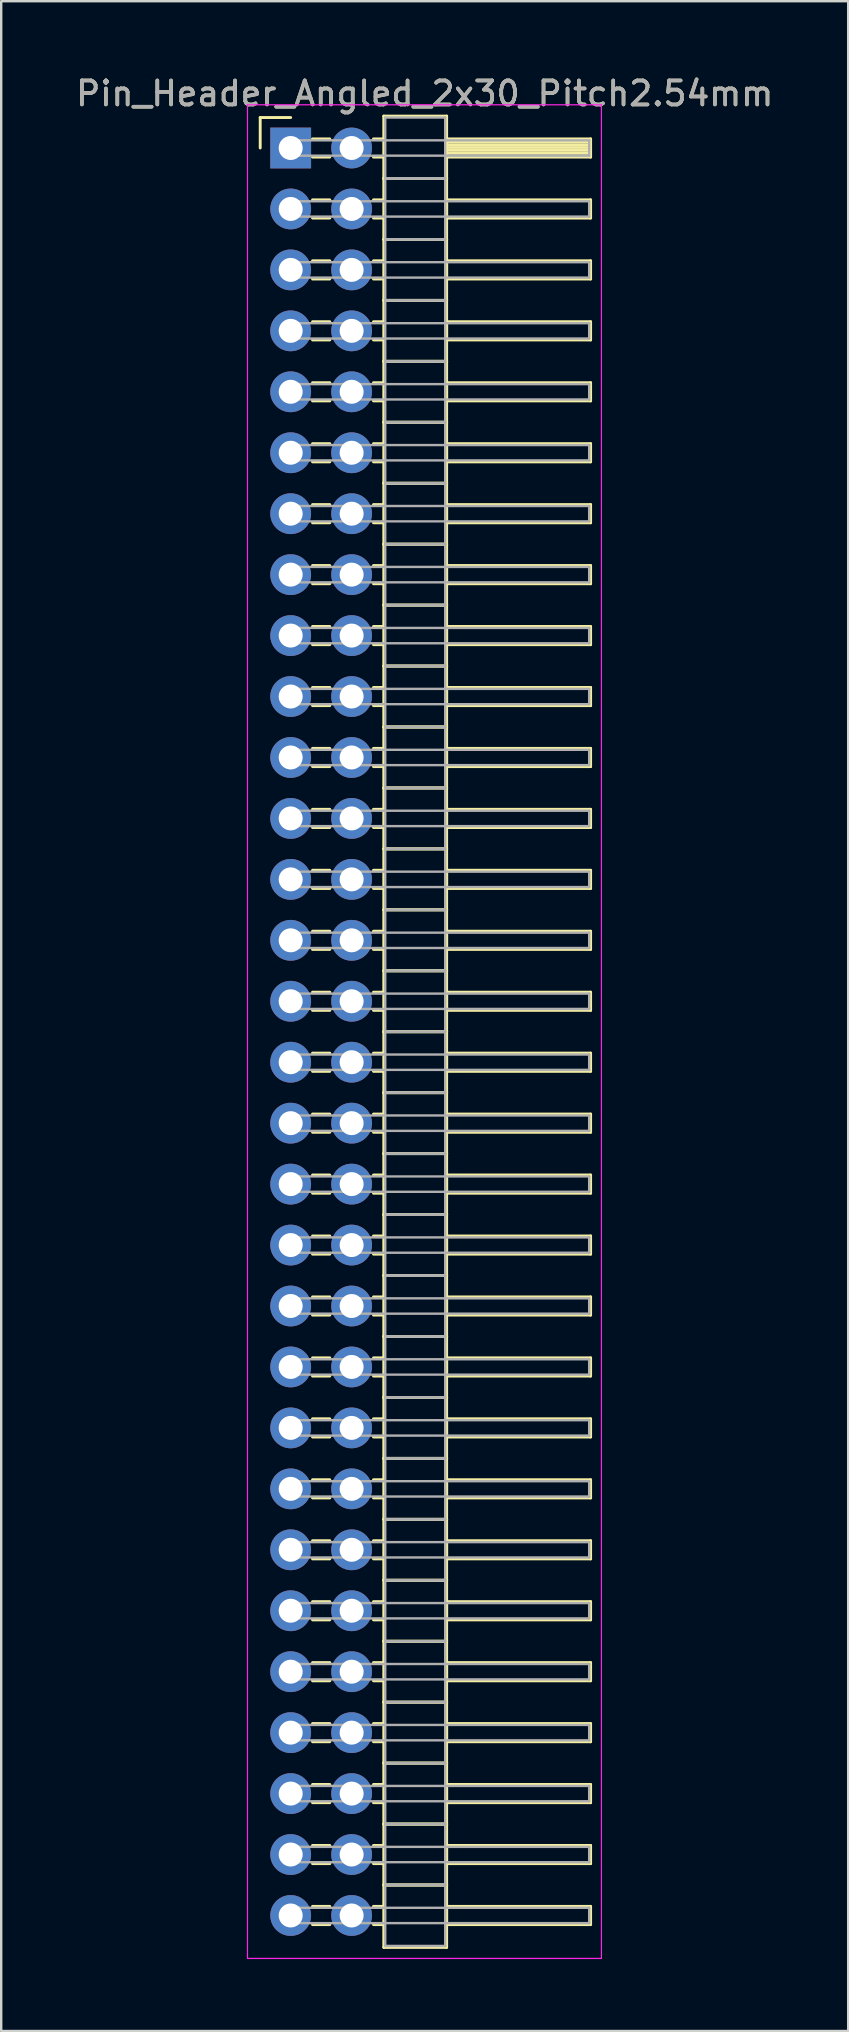
<source format=kicad_pcb>
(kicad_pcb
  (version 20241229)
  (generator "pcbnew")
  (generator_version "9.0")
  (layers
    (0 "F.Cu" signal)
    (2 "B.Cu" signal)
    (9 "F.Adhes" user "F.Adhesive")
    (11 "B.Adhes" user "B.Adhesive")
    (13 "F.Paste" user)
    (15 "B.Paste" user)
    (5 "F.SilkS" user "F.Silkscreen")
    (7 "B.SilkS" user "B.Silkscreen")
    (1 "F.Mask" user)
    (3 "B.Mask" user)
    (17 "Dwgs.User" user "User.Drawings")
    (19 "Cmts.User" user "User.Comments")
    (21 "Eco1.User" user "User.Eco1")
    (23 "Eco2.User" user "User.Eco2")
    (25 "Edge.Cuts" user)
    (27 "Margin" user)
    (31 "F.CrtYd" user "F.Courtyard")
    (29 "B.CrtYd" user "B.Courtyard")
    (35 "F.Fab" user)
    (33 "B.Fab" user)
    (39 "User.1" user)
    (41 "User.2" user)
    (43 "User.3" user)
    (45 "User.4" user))
  (footprint "Pin_Header_Angled_2x30_Pitch2.54mm"
    (layer "F.Cu")
    (at 9.064 3.118)
    (property "Reference" "Pin_Header_Angled_2x30_Pitch2.54mm" (at 5.585 -2.27 0) (layer "F.SilkS") (effects (font (size 1 1) (thickness 0.15))))
    (attr through_hole)
    (fp_line (start -1.27 -1.27) (end 0 -1.27) (stroke (width 0.12) (type solid)) (layer "F.SilkS"))
    (fp_line (start -1.27 0) (end -1.27 -1.27) (stroke (width 0.12) (type solid)) (layer "F.SilkS"))
    (fp_line (start 0.91 -0.38) (end 1.63 -0.38) (stroke (width 0.12) (type solid)) (layer "F.SilkS"))
    (fp_line (start 0.91 0.38) (end 1.63 0.38) (stroke (width 0.12) (type solid)) (layer "F.SilkS"))
    (fp_line (start 0.91 2.16) (end 1.63 2.16) (stroke (width 0.12) (type solid)) (layer "F.SilkS"))
    (fp_line (start 0.91 2.92) (end 1.63 2.92) (stroke (width 0.12) (type solid)) (layer "F.SilkS"))
    (fp_line (start 0.91 4.7) (end 1.63 4.7) (stroke (width 0.12) (type solid)) (layer "F.SilkS"))
    (fp_line (start 0.91 5.46) (end 1.63 5.46) (stroke (width 0.12) (type solid)) (layer "F.SilkS"))
    (fp_line (start 0.91 7.24) (end 1.63 7.24) (stroke (width 0.12) (type solid)) (layer "F.SilkS"))
    (fp_line (start 0.91 8) (end 1.63 8) (stroke (width 0.12) (type solid)) (layer "F.SilkS"))
    (fp_line (start 0.91 9.78) (end 1.63 9.78) (stroke (width 0.12) (type solid)) (layer "F.SilkS"))
    (fp_line (start 0.91 10.54) (end 1.63 10.54) (stroke (width 0.12) (type solid)) (layer "F.SilkS"))
    (fp_line (start 0.91 12.32) (end 1.63 12.32) (stroke (width 0.12) (type solid)) (layer "F.SilkS"))
    (fp_line (start 0.91 13.08) (end 1.63 13.08) (stroke (width 0.12) (type solid)) (layer "F.SilkS"))
    (fp_line (start 0.91 14.86) (end 1.63 14.86) (stroke (width 0.12) (type solid)) (layer "F.SilkS"))
    (fp_line (start 0.91 15.62) (end 1.63 15.62) (stroke (width 0.12) (type solid)) (layer "F.SilkS"))
    (fp_line (start 0.91 17.4) (end 1.63 17.4) (stroke (width 0.12) (type solid)) (layer "F.SilkS"))
    (fp_line (start 0.91 18.16) (end 1.63 18.16) (stroke (width 0.12) (type solid)) (layer "F.SilkS"))
    (fp_line (start 0.91 19.94) (end 1.63 19.94) (stroke (width 0.12) (type solid)) (layer "F.SilkS"))
    (fp_line (start 0.91 20.7) (end 1.63 20.7) (stroke (width 0.12) (type solid)) (layer "F.SilkS"))
    (fp_line (start 0.91 22.48) (end 1.63 22.48) (stroke (width 0.12) (type solid)) (layer "F.SilkS"))
    (fp_line (start 0.91 23.24) (end 1.63 23.24) (stroke (width 0.12) (type solid)) (layer "F.SilkS"))
    (fp_line (start 0.91 25.02) (end 1.63 25.02) (stroke (width 0.12) (type solid)) (layer "F.SilkS"))
    (fp_line (start 0.91 25.78) (end 1.63 25.78) (stroke (width 0.12) (type solid)) (layer "F.SilkS"))
    (fp_line (start 0.91 27.56) (end 1.63 27.56) (stroke (width 0.12) (type solid)) (layer "F.SilkS"))
    (fp_line (start 0.91 28.32) (end 1.63 28.32) (stroke (width 0.12) (type solid)) (layer "F.SilkS"))
    (fp_line (start 0.91 30.1) (end 1.63 30.1) (stroke (width 0.12) (type solid)) (layer "F.SilkS"))
    (fp_line (start 0.91 30.86) (end 1.63 30.86) (stroke (width 0.12) (type solid)) (layer "F.SilkS"))
    (fp_line (start 0.91 32.64) (end 1.63 32.64) (stroke (width 0.12) (type solid)) (layer "F.SilkS"))
    (fp_line (start 0.91 33.4) (end 1.63 33.4) (stroke (width 0.12) (type solid)) (layer "F.SilkS"))
    (fp_line (start 0.91 35.18) (end 1.63 35.18) (stroke (width 0.12) (type solid)) (layer "F.SilkS"))
    (fp_line (start 0.91 35.94) (end 1.63 35.94) (stroke (width 0.12) (type solid)) (layer "F.SilkS"))
    (fp_line (start 0.91 37.72) (end 1.63 37.72) (stroke (width 0.12) (type solid)) (layer "F.SilkS"))
    (fp_line (start 0.91 38.48) (end 1.63 38.48) (stroke (width 0.12) (type solid)) (layer "F.SilkS"))
    (fp_line (start 0.91 40.26) (end 1.63 40.26) (stroke (width 0.12) (type solid)) (layer "F.SilkS"))
    (fp_line (start 0.91 41.02) (end 1.63 41.02) (stroke (width 0.12) (type solid)) (layer "F.SilkS"))
    (fp_line (start 0.91 42.8) (end 1.63 42.8) (stroke (width 0.12) (type solid)) (layer "F.SilkS"))
    (fp_line (start 0.91 43.56) (end 1.63 43.56) (stroke (width 0.12) (type solid)) (layer "F.SilkS"))
    (fp_line (start 0.91 45.34) (end 1.63 45.34) (stroke (width 0.12) (type solid)) (layer "F.SilkS"))
    (fp_line (start 0.91 46.1) (end 1.63 46.1) (stroke (width 0.12) (type solid)) (layer "F.SilkS"))
    (fp_line (start 0.91 47.88) (end 1.63 47.88) (stroke (width 0.12) (type solid)) (layer "F.SilkS"))
    (fp_line (start 0.91 48.64) (end 1.63 48.64) (stroke (width 0.12) (type solid)) (layer "F.SilkS"))
    (fp_line (start 0.91 50.42) (end 1.63 50.42) (stroke (width 0.12) (type solid)) (layer "F.SilkS"))
    (fp_line (start 0.91 51.18) (end 1.63 51.18) (stroke (width 0.12) (type solid)) (layer "F.SilkS"))
    (fp_line (start 0.91 52.96) (end 1.63 52.96) (stroke (width 0.12) (type solid)) (layer "F.SilkS"))
    (fp_line (start 0.91 53.72) (end 1.63 53.72) (stroke (width 0.12) (type solid)) (layer "F.SilkS"))
    (fp_line (start 0.91 55.5) (end 1.63 55.5) (stroke (width 0.12) (type solid)) (layer "F.SilkS"))
    (fp_line (start 0.91 56.26) (end 1.63 56.26) (stroke (width 0.12) (type solid)) (layer "F.SilkS"))
    (fp_line (start 0.91 58.04) (end 1.63 58.04) (stroke (width 0.12) (type solid)) (layer "F.SilkS"))
    (fp_line (start 0.91 58.8) (end 1.63 58.8) (stroke (width 0.12) (type solid)) (layer "F.SilkS"))
    (fp_line (start 0.91 60.58) (end 1.63 60.58) (stroke (width 0.12) (type solid)) (layer "F.SilkS"))
    (fp_line (start 0.91 61.34) (end 1.63 61.34) (stroke (width 0.12) (type solid)) (layer "F.SilkS"))
    (fp_line (start 0.91 63.12) (end 1.63 63.12) (stroke (width 0.12) (type solid)) (layer "F.SilkS"))
    (fp_line (start 0.91 63.88) (end 1.63 63.88) (stroke (width 0.12) (type solid)) (layer "F.SilkS"))
    (fp_line (start 0.91 65.66) (end 1.63 65.66) (stroke (width 0.12) (type solid)) (layer "F.SilkS"))
    (fp_line (start 0.91 66.42) (end 1.63 66.42) (stroke (width 0.12) (type solid)) (layer "F.SilkS"))
    (fp_line (start 0.91 68.2) (end 1.63 68.2) (stroke (width 0.12) (type solid)) (layer "F.SilkS"))
    (fp_line (start 0.91 68.96) (end 1.63 68.96) (stroke (width 0.12) (type solid)) (layer "F.SilkS"))
    (fp_line (start 0.91 70.74) (end 1.63 70.74) (stroke (width 0.12) (type solid)) (layer "F.SilkS"))
    (fp_line (start 0.91 71.5) (end 1.63 71.5) (stroke (width 0.12) (type solid)) (layer "F.SilkS"))
    (fp_line (start 0.91 73.28) (end 1.63 73.28) (stroke (width 0.12) (type solid)) (layer "F.SilkS"))
    (fp_line (start 0.91 74.04) (end 1.63 74.04) (stroke (width 0.12) (type solid)) (layer "F.SilkS"))
    (fp_line (start 3.45 -0.38) (end 3.88 -0.38) (stroke (width 0.12) (type solid)) (layer "F.SilkS"))
    (fp_line (start 3.45 0.38) (end 3.88 0.38) (stroke (width 0.12) (type solid)) (layer "F.SilkS"))
    (fp_line (start 3.45 2.16) (end 3.88 2.16) (stroke (width 0.12) (type solid)) (layer "F.SilkS"))
    (fp_line (start 3.45 2.92) (end 3.88 2.92) (stroke (width 0.12) (type solid)) (layer "F.SilkS"))
    (fp_line (start 3.45 4.7) (end 3.88 4.7) (stroke (width 0.12) (type solid)) (layer "F.SilkS"))
    (fp_line (start 3.45 5.46) (end 3.88 5.46) (stroke (width 0.12) (type solid)) (layer "F.SilkS"))
    (fp_line (start 3.45 7.24) (end 3.88 7.24) (stroke (width 0.12) (type solid)) (layer "F.SilkS"))
    (fp_line (start 3.45 8) (end 3.88 8) (stroke (width 0.12) (type solid)) (layer "F.SilkS"))
    (fp_line (start 3.45 9.78) (end 3.88 9.78) (stroke (width 0.12) (type solid)) (layer "F.SilkS"))
    (fp_line (start 3.45 10.54) (end 3.88 10.54) (stroke (width 0.12) (type solid)) (layer "F.SilkS"))
    (fp_line (start 3.45 12.32) (end 3.88 12.32) (stroke (width 0.12) (type solid)) (layer "F.SilkS"))
    (fp_line (start 3.45 13.08) (end 3.88 13.08) (stroke (width 0.12) (type solid)) (layer "F.SilkS"))
    (fp_line (start 3.45 14.86) (end 3.88 14.86) (stroke (width 0.12) (type solid)) (layer "F.SilkS"))
    (fp_line (start 3.45 15.62) (end 3.88 15.62) (stroke (width 0.12) (type solid)) (layer "F.SilkS"))
    (fp_line (start 3.45 17.4) (end 3.88 17.4) (stroke (width 0.12) (type solid)) (layer "F.SilkS"))
    (fp_line (start 3.45 18.16) (end 3.88 18.16) (stroke (width 0.12) (type solid)) (layer "F.SilkS"))
    (fp_line (start 3.45 19.94) (end 3.88 19.94) (stroke (width 0.12) (type solid)) (layer "F.SilkS"))
    (fp_line (start 3.45 20.7) (end 3.88 20.7) (stroke (width 0.12) (type solid)) (layer "F.SilkS"))
    (fp_line (start 3.45 22.48) (end 3.88 22.48) (stroke (width 0.12) (type solid)) (layer "F.SilkS"))
    (fp_line (start 3.45 23.24) (end 3.88 23.24) (stroke (width 0.12) (type solid)) (layer "F.SilkS"))
    (fp_line (start 3.45 25.02) (end 3.88 25.02) (stroke (width 0.12) (type solid)) (layer "F.SilkS"))
    (fp_line (start 3.45 25.78) (end 3.88 25.78) (stroke (width 0.12) (type solid)) (layer "F.SilkS"))
    (fp_line (start 3.45 27.56) (end 3.88 27.56) (stroke (width 0.12) (type solid)) (layer "F.SilkS"))
    (fp_line (start 3.45 28.32) (end 3.88 28.32) (stroke (width 0.12) (type solid)) (layer "F.SilkS"))
    (fp_line (start 3.45 30.1) (end 3.88 30.1) (stroke (width 0.12) (type solid)) (layer "F.SilkS"))
    (fp_line (start 3.45 30.86) (end 3.88 30.86) (stroke (width 0.12) (type solid)) (layer "F.SilkS"))
    (fp_line (start 3.45 32.64) (end 3.88 32.64) (stroke (width 0.12) (type solid)) (layer "F.SilkS"))
    (fp_line (start 3.45 33.4) (end 3.88 33.4) (stroke (width 0.12) (type solid)) (layer "F.SilkS"))
    (fp_line (start 3.45 35.18) (end 3.88 35.18) (stroke (width 0.12) (type solid)) (layer "F.SilkS"))
    (fp_line (start 3.45 35.94) (end 3.88 35.94) (stroke (width 0.12) (type solid)) (layer "F.SilkS"))
    (fp_line (start 3.45 37.72) (end 3.88 37.72) (stroke (width 0.12) (type solid)) (layer "F.SilkS"))
    (fp_line (start 3.45 38.48) (end 3.88 38.48) (stroke (width 0.12) (type solid)) (layer "F.SilkS"))
    (fp_line (start 3.45 40.26) (end 3.88 40.26) (stroke (width 0.12) (type solid)) (layer "F.SilkS"))
    (fp_line (start 3.45 41.02) (end 3.88 41.02) (stroke (width 0.12) (type solid)) (layer "F.SilkS"))
    (fp_line (start 3.45 42.8) (end 3.88 42.8) (stroke (width 0.12) (type solid)) (layer "F.SilkS"))
    (fp_line (start 3.45 43.56) (end 3.88 43.56) (stroke (width 0.12) (type solid)) (layer "F.SilkS"))
    (fp_line (start 3.45 45.34) (end 3.88 45.34) (stroke (width 0.12) (type solid)) (layer "F.SilkS"))
    (fp_line (start 3.45 46.1) (end 3.88 46.1) (stroke (width 0.12) (type solid)) (layer "F.SilkS"))
    (fp_line (start 3.45 47.88) (end 3.88 47.88) (stroke (width 0.12) (type solid)) (layer "F.SilkS"))
    (fp_line (start 3.45 48.64) (end 3.88 48.64) (stroke (width 0.12) (type solid)) (layer "F.SilkS"))
    (fp_line (start 3.45 50.42) (end 3.88 50.42) (stroke (width 0.12) (type solid)) (layer "F.SilkS"))
    (fp_line (start 3.45 51.18) (end 3.88 51.18) (stroke (width 0.12) (type solid)) (layer "F.SilkS"))
    (fp_line (start 3.45 52.96) (end 3.88 52.96) (stroke (width 0.12) (type solid)) (layer "F.SilkS"))
    (fp_line (start 3.45 53.72) (end 3.88 53.72) (stroke (width 0.12) (type solid)) (layer "F.SilkS"))
    (fp_line (start 3.45 55.5) (end 3.88 55.5) (stroke (width 0.12) (type solid)) (layer "F.SilkS"))
    (fp_line (start 3.45 56.26) (end 3.88 56.26) (stroke (width 0.12) (type solid)) (layer "F.SilkS"))
    (fp_line (start 3.45 58.04) (end 3.88 58.04) (stroke (width 0.12) (type solid)) (layer "F.SilkS"))
    (fp_line (start 3.45 58.8) (end 3.88 58.8) (stroke (width 0.12) (type solid)) (layer "F.SilkS"))
    (fp_line (start 3.45 60.58) (end 3.88 60.58) (stroke (width 0.12) (type solid)) (layer "F.SilkS"))
    (fp_line (start 3.45 61.34) (end 3.88 61.34) (stroke (width 0.12) (type solid)) (layer "F.SilkS"))
    (fp_line (start 3.45 63.12) (end 3.88 63.12) (stroke (width 0.12) (type solid)) (layer "F.SilkS"))
    (fp_line (start 3.45 63.88) (end 3.88 63.88) (stroke (width 0.12) (type solid)) (layer "F.SilkS"))
    (fp_line (start 3.45 65.66) (end 3.88 65.66) (stroke (width 0.12) (type solid)) (layer "F.SilkS"))
    (fp_line (start 3.45 66.42) (end 3.88 66.42) (stroke (width 0.12) (type solid)) (layer "F.SilkS"))
    (fp_line (start 3.45 68.2) (end 3.88 68.2) (stroke (width 0.12) (type solid)) (layer "F.SilkS"))
    (fp_line (start 3.45 68.96) (end 3.88 68.96) (stroke (width 0.12) (type solid)) (layer "F.SilkS"))
    (fp_line (start 3.45 70.74) (end 3.88 70.74) (stroke (width 0.12) (type solid)) (layer "F.SilkS"))
    (fp_line (start 3.45 71.5) (end 3.88 71.5) (stroke (width 0.12) (type solid)) (layer "F.SilkS"))
    (fp_line (start 3.45 73.28) (end 3.88 73.28) (stroke (width 0.12) (type solid)) (layer "F.SilkS"))
    (fp_line (start 3.45 74.04) (end 3.88 74.04) (stroke (width 0.12) (type solid)) (layer "F.SilkS"))
    (fp_line (start 3.88 -1.33) (end 3.88 1.27) (stroke (width 0.12) (type solid)) (layer "F.SilkS"))
    (fp_line (start 3.88 1.27) (end 3.88 3.81) (stroke (width 0.12) (type solid)) (layer "F.SilkS"))
    (fp_line (start 3.88 1.27) (end 6.5 1.27) (stroke (width 0.12) (type solid)) (layer "F.SilkS"))
    (fp_line (start 3.88 3.81) (end 3.88 6.35) (stroke (width 0.12) (type solid)) (layer "F.SilkS"))
    (fp_line (start 3.88 3.81) (end 6.5 3.81) (stroke (width 0.12) (type solid)) (layer "F.SilkS"))
    (fp_line (start 3.88 6.35) (end 3.88 8.89) (stroke (width 0.12) (type solid)) (layer "F.SilkS"))
    (fp_line (start 3.88 6.35) (end 6.5 6.35) (stroke (width 0.12) (type solid)) (layer "F.SilkS"))
    (fp_line (start 3.88 8.89) (end 3.88 11.43) (stroke (width 0.12) (type solid)) (layer "F.SilkS"))
    (fp_line (start 3.88 8.89) (end 6.5 8.89) (stroke (width 0.12) (type solid)) (layer "F.SilkS"))
    (fp_line (start 3.88 11.43) (end 3.88 13.97) (stroke (width 0.12) (type solid)) (layer "F.SilkS"))
    (fp_line (start 3.88 11.43) (end 6.5 11.43) (stroke (width 0.12) (type solid)) (layer "F.SilkS"))
    (fp_line (start 3.88 13.97) (end 3.88 16.51) (stroke (width 0.12) (type solid)) (layer "F.SilkS"))
    (fp_line (start 3.88 13.97) (end 6.5 13.97) (stroke (width 0.12) (type solid)) (layer "F.SilkS"))
    (fp_line (start 3.88 16.51) (end 3.88 19.05) (stroke (width 0.12) (type solid)) (layer "F.SilkS"))
    (fp_line (start 3.88 16.51) (end 6.5 16.51) (stroke (width 0.12) (type solid)) (layer "F.SilkS"))
    (fp_line (start 3.88 19.05) (end 3.88 21.59) (stroke (width 0.12) (type solid)) (layer "F.SilkS"))
    (fp_line (start 3.88 19.05) (end 6.5 19.05) (stroke (width 0.12) (type solid)) (layer "F.SilkS"))
    (fp_line (start 3.88 21.59) (end 3.88 24.13) (stroke (width 0.12) (type solid)) (layer "F.SilkS"))
    (fp_line (start 3.88 21.59) (end 6.5 21.59) (stroke (width 0.12) (type solid)) (layer "F.SilkS"))
    (fp_line (start 3.88 24.13) (end 3.88 26.67) (stroke (width 0.12) (type solid)) (layer "F.SilkS"))
    (fp_line (start 3.88 24.13) (end 6.5 24.13) (stroke (width 0.12) (type solid)) (layer "F.SilkS"))
    (fp_line (start 3.88 26.67) (end 3.88 29.21) (stroke (width 0.12) (type solid)) (layer "F.SilkS"))
    (fp_line (start 3.88 26.67) (end 6.5 26.67) (stroke (width 0.12) (type solid)) (layer "F.SilkS"))
    (fp_line (start 3.88 29.21) (end 3.88 31.75) (stroke (width 0.12) (type solid)) (layer "F.SilkS"))
    (fp_line (start 3.88 29.21) (end 6.5 29.21) (stroke (width 0.12) (type solid)) (layer "F.SilkS"))
    (fp_line (start 3.88 31.75) (end 3.88 34.29) (stroke (width 0.12) (type solid)) (layer "F.SilkS"))
    (fp_line (start 3.88 31.75) (end 6.5 31.75) (stroke (width 0.12) (type solid)) (layer "F.SilkS"))
    (fp_line (start 3.88 34.29) (end 3.88 36.83) (stroke (width 0.12) (type solid)) (layer "F.SilkS"))
    (fp_line (start 3.88 34.29) (end 6.5 34.29) (stroke (width 0.12) (type solid)) (layer "F.SilkS"))
    (fp_line (start 3.88 36.83) (end 3.88 39.37) (stroke (width 0.12) (type solid)) (layer "F.SilkS"))
    (fp_line (start 3.88 36.83) (end 6.5 36.83) (stroke (width 0.12) (type solid)) (layer "F.SilkS"))
    (fp_line (start 3.88 39.37) (end 3.88 41.91) (stroke (width 0.12) (type solid)) (layer "F.SilkS"))
    (fp_line (start 3.88 39.37) (end 6.5 39.37) (stroke (width 0.12) (type solid)) (layer "F.SilkS"))
    (fp_line (start 3.88 41.91) (end 3.88 44.45) (stroke (width 0.12) (type solid)) (layer "F.SilkS"))
    (fp_line (start 3.88 41.91) (end 6.5 41.91) (stroke (width 0.12) (type solid)) (layer "F.SilkS"))
    (fp_line (start 3.88 44.45) (end 3.88 46.99) (stroke (width 0.12) (type solid)) (layer "F.SilkS"))
    (fp_line (start 3.88 44.45) (end 6.5 44.45) (stroke (width 0.12) (type solid)) (layer "F.SilkS"))
    (fp_line (start 3.88 46.99) (end 3.88 49.53) (stroke (width 0.12) (type solid)) (layer "F.SilkS"))
    (fp_line (start 3.88 46.99) (end 6.5 46.99) (stroke (width 0.12) (type solid)) (layer "F.SilkS"))
    (fp_line (start 3.88 49.53) (end 3.88 52.07) (stroke (width 0.12) (type solid)) (layer "F.SilkS"))
    (fp_line (start 3.88 49.53) (end 6.5 49.53) (stroke (width 0.12) (type solid)) (layer "F.SilkS"))
    (fp_line (start 3.88 52.07) (end 3.88 54.61) (stroke (width 0.12) (type solid)) (layer "F.SilkS"))
    (fp_line (start 3.88 52.07) (end 6.5 52.07) (stroke (width 0.12) (type solid)) (layer "F.SilkS"))
    (fp_line (start 3.88 54.61) (end 3.88 57.15) (stroke (width 0.12) (type solid)) (layer "F.SilkS"))
    (fp_line (start 3.88 54.61) (end 6.5 54.61) (stroke (width 0.12) (type solid)) (layer "F.SilkS"))
    (fp_line (start 3.88 57.15) (end 3.88 59.69) (stroke (width 0.12) (type solid)) (layer "F.SilkS"))
    (fp_line (start 3.88 57.15) (end 6.5 57.15) (stroke (width 0.12) (type solid)) (layer "F.SilkS"))
    (fp_line (start 3.88 59.69) (end 3.88 62.23) (stroke (width 0.12) (type solid)) (layer "F.SilkS"))
    (fp_line (start 3.88 59.69) (end 6.5 59.69) (stroke (width 0.12) (type solid)) (layer "F.SilkS"))
    (fp_line (start 3.88 62.23) (end 3.88 64.77) (stroke (width 0.12) (type solid)) (layer "F.SilkS"))
    (fp_line (start 3.88 62.23) (end 6.5 62.23) (stroke (width 0.12) (type solid)) (layer "F.SilkS"))
    (fp_line (start 3.88 64.77) (end 3.88 67.31) (stroke (width 0.12) (type solid)) (layer "F.SilkS"))
    (fp_line (start 3.88 64.77) (end 6.5 64.77) (stroke (width 0.12) (type solid)) (layer "F.SilkS"))
    (fp_line (start 3.88 67.31) (end 3.88 69.85) (stroke (width 0.12) (type solid)) (layer "F.SilkS"))
    (fp_line (start 3.88 67.31) (end 6.5 67.31) (stroke (width 0.12) (type solid)) (layer "F.SilkS"))
    (fp_line (start 3.88 69.85) (end 3.88 72.39) (stroke (width 0.12) (type solid)) (layer "F.SilkS"))
    (fp_line (start 3.88 69.85) (end 6.5 69.85) (stroke (width 0.12) (type solid)) (layer "F.SilkS"))
    (fp_line (start 3.88 72.39) (end 3.88 74.99) (stroke (width 0.12) (type solid)) (layer "F.SilkS"))
    (fp_line (start 3.88 72.39) (end 6.5 72.39) (stroke (width 0.12) (type solid)) (layer "F.SilkS"))
    (fp_line (start 3.88 74.99) (end 6.5 74.99) (stroke (width 0.12) (type solid)) (layer "F.SilkS"))
    (fp_line (start 6.5 -1.33) (end 3.88 -1.33) (stroke (width 0.12) (type solid)) (layer "F.SilkS"))
    (fp_line (start 6.5 -0.38) (end 6.5 0.38) (stroke (width 0.12) (type solid)) (layer "F.SilkS"))
    (fp_line (start 6.5 -0.26) (end 12.5 -0.26) (stroke (width 0.12) (type solid)) (layer "F.SilkS"))
    (fp_line (start 6.5 -0.14) (end 12.5 -0.14) (stroke (width 0.12) (type solid)) (layer "F.SilkS"))
    (fp_line (start 6.5 -0.02) (end 12.5 -0.02) (stroke (width 0.12) (type solid)) (layer "F.SilkS"))
    (fp_line (start 6.5 0.1) (end 12.5 0.1) (stroke (width 0.12) (type solid)) (layer "F.SilkS"))
    (fp_line (start 6.5 0.22) (end 12.5 0.22) (stroke (width 0.12) (type solid)) (layer "F.SilkS"))
    (fp_line (start 6.5 0.34) (end 12.5 0.34) (stroke (width 0.12) (type solid)) (layer "F.SilkS"))
    (fp_line (start 6.5 0.38) (end 12.5 0.38) (stroke (width 0.12) (type solid)) (layer "F.SilkS"))
    (fp_line (start 6.5 1.27) (end 3.88 1.27) (stroke (width 0.12) (type solid)) (layer "F.SilkS"))
    (fp_line (start 6.5 1.27) (end 6.5 -1.33) (stroke (width 0.12) (type solid)) (layer "F.SilkS"))
    (fp_line (start 6.5 2.16) (end 6.5 2.92) (stroke (width 0.12) (type solid)) (layer "F.SilkS"))
    (fp_line (start 6.5 2.92) (end 12.5 2.92) (stroke (width 0.12) (type solid)) (layer "F.SilkS"))
    (fp_line (start 6.5 3.81) (end 3.88 3.81) (stroke (width 0.12) (type solid)) (layer "F.SilkS"))
    (fp_line (start 6.5 3.81) (end 6.5 1.27) (stroke (width 0.12) (type solid)) (layer "F.SilkS"))
    (fp_line (start 6.5 4.7) (end 6.5 5.46) (stroke (width 0.12) (type solid)) (layer "F.SilkS"))
    (fp_line (start 6.5 5.46) (end 12.5 5.46) (stroke (width 0.12) (type solid)) (layer "F.SilkS"))
    (fp_line (start 6.5 6.35) (end 3.88 6.35) (stroke (width 0.12) (type solid)) (layer "F.SilkS"))
    (fp_line (start 6.5 6.35) (end 6.5 3.81) (stroke (width 0.12) (type solid)) (layer "F.SilkS"))
    (fp_line (start 6.5 7.24) (end 6.5 8) (stroke (width 0.12) (type solid)) (layer "F.SilkS"))
    (fp_line (start 6.5 8) (end 12.5 8) (stroke (width 0.12) (type solid)) (layer "F.SilkS"))
    (fp_line (start 6.5 8.89) (end 3.88 8.89) (stroke (width 0.12) (type solid)) (layer "F.SilkS"))
    (fp_line (start 6.5 8.89) (end 6.5 6.35) (stroke (width 0.12) (type solid)) (layer "F.SilkS"))
    (fp_line (start 6.5 9.78) (end 6.5 10.54) (stroke (width 0.12) (type solid)) (layer "F.SilkS"))
    (fp_line (start 6.5 10.54) (end 12.5 10.54) (stroke (width 0.12) (type solid)) (layer "F.SilkS"))
    (fp_line (start 6.5 11.43) (end 3.88 11.43) (stroke (width 0.12) (type solid)) (layer "F.SilkS"))
    (fp_line (start 6.5 11.43) (end 6.5 8.89) (stroke (width 0.12) (type solid)) (layer "F.SilkS"))
    (fp_line (start 6.5 12.32) (end 6.5 13.08) (stroke (width 0.12) (type solid)) (layer "F.SilkS"))
    (fp_line (start 6.5 13.08) (end 12.5 13.08) (stroke (width 0.12) (type solid)) (layer "F.SilkS"))
    (fp_line (start 6.5 13.97) (end 3.88 13.97) (stroke (width 0.12) (type solid)) (layer "F.SilkS"))
    (fp_line (start 6.5 13.97) (end 6.5 11.43) (stroke (width 0.12) (type solid)) (layer "F.SilkS"))
    (fp_line (start 6.5 14.86) (end 6.5 15.62) (stroke (width 0.12) (type solid)) (layer "F.SilkS"))
    (fp_line (start 6.5 15.62) (end 12.5 15.62) (stroke (width 0.12) (type solid)) (layer "F.SilkS"))
    (fp_line (start 6.5 16.51) (end 3.88 16.51) (stroke (width 0.12) (type solid)) (layer "F.SilkS"))
    (fp_line (start 6.5 16.51) (end 6.5 13.97) (stroke (width 0.12) (type solid)) (layer "F.SilkS"))
    (fp_line (start 6.5 17.4) (end 6.5 18.16) (stroke (width 0.12) (type solid)) (layer "F.SilkS"))
    (fp_line (start 6.5 18.16) (end 12.5 18.16) (stroke (width 0.12) (type solid)) (layer "F.SilkS"))
    (fp_line (start 6.5 19.05) (end 3.88 19.05) (stroke (width 0.12) (type solid)) (layer "F.SilkS"))
    (fp_line (start 6.5 19.05) (end 6.5 16.51) (stroke (width 0.12) (type solid)) (layer "F.SilkS"))
    (fp_line (start 6.5 19.94) (end 6.5 20.7) (stroke (width 0.12) (type solid)) (layer "F.SilkS"))
    (fp_line (start 6.5 20.7) (end 12.5 20.7) (stroke (width 0.12) (type solid)) (layer "F.SilkS"))
    (fp_line (start 6.5 21.59) (end 3.88 21.59) (stroke (width 0.12) (type solid)) (layer "F.SilkS"))
    (fp_line (start 6.5 21.59) (end 6.5 19.05) (stroke (width 0.12) (type solid)) (layer "F.SilkS"))
    (fp_line (start 6.5 22.48) (end 6.5 23.24) (stroke (width 0.12) (type solid)) (layer "F.SilkS"))
    (fp_line (start 6.5 23.24) (end 12.5 23.24) (stroke (width 0.12) (type solid)) (layer "F.SilkS"))
    (fp_line (start 6.5 24.13) (end 3.88 24.13) (stroke (width 0.12) (type solid)) (layer "F.SilkS"))
    (fp_line (start 6.5 24.13) (end 6.5 21.59) (stroke (width 0.12) (type solid)) (layer "F.SilkS"))
    (fp_line (start 6.5 25.02) (end 6.5 25.78) (stroke (width 0.12) (type solid)) (layer "F.SilkS"))
    (fp_line (start 6.5 25.78) (end 12.5 25.78) (stroke (width 0.12) (type solid)) (layer "F.SilkS"))
    (fp_line (start 6.5 26.67) (end 3.88 26.67) (stroke (width 0.12) (type solid)) (layer "F.SilkS"))
    (fp_line (start 6.5 26.67) (end 6.5 24.13) (stroke (width 0.12) (type solid)) (layer "F.SilkS"))
    (fp_line (start 6.5 27.56) (end 6.5 28.32) (stroke (width 0.12) (type solid)) (layer "F.SilkS"))
    (fp_line (start 6.5 28.32) (end 12.5 28.32) (stroke (width 0.12) (type solid)) (layer "F.SilkS"))
    (fp_line (start 6.5 29.21) (end 3.88 29.21) (stroke (width 0.12) (type solid)) (layer "F.SilkS"))
    (fp_line (start 6.5 29.21) (end 6.5 26.67) (stroke (width 0.12) (type solid)) (layer "F.SilkS"))
    (fp_line (start 6.5 30.1) (end 6.5 30.86) (stroke (width 0.12) (type solid)) (layer "F.SilkS"))
    (fp_line (start 6.5 30.86) (end 12.5 30.86) (stroke (width 0.12) (type solid)) (layer "F.SilkS"))
    (fp_line (start 6.5 31.75) (end 3.88 31.75) (stroke (width 0.12) (type solid)) (layer "F.SilkS"))
    (fp_line (start 6.5 31.75) (end 6.5 29.21) (stroke (width 0.12) (type solid)) (layer "F.SilkS"))
    (fp_line (start 6.5 32.64) (end 6.5 33.4) (stroke (width 0.12) (type solid)) (layer "F.SilkS"))
    (fp_line (start 6.5 33.4) (end 12.5 33.4) (stroke (width 0.12) (type solid)) (layer "F.SilkS"))
    (fp_line (start 6.5 34.29) (end 3.88 34.29) (stroke (width 0.12) (type solid)) (layer "F.SilkS"))
    (fp_line (start 6.5 34.29) (end 6.5 31.75) (stroke (width 0.12) (type solid)) (layer "F.SilkS"))
    (fp_line (start 6.5 35.18) (end 6.5 35.94) (stroke (width 0.12) (type solid)) (layer "F.SilkS"))
    (fp_line (start 6.5 35.94) (end 12.5 35.94) (stroke (width 0.12) (type solid)) (layer "F.SilkS"))
    (fp_line (start 6.5 36.83) (end 3.88 36.83) (stroke (width 0.12) (type solid)) (layer "F.SilkS"))
    (fp_line (start 6.5 36.83) (end 6.5 34.29) (stroke (width 0.12) (type solid)) (layer "F.SilkS"))
    (fp_line (start 6.5 37.72) (end 6.5 38.48) (stroke (width 0.12) (type solid)) (layer "F.SilkS"))
    (fp_line (start 6.5 38.48) (end 12.5 38.48) (stroke (width 0.12) (type solid)) (layer "F.SilkS"))
    (fp_line (start 6.5 39.37) (end 3.88 39.37) (stroke (width 0.12) (type solid)) (layer "F.SilkS"))
    (fp_line (start 6.5 39.37) (end 6.5 36.83) (stroke (width 0.12) (type solid)) (layer "F.SilkS"))
    (fp_line (start 6.5 40.26) (end 6.5 41.02) (stroke (width 0.12) (type solid)) (layer "F.SilkS"))
    (fp_line (start 6.5 41.02) (end 12.5 41.02) (stroke (width 0.12) (type solid)) (layer "F.SilkS"))
    (fp_line (start 6.5 41.91) (end 3.88 41.91) (stroke (width 0.12) (type solid)) (layer "F.SilkS"))
    (fp_line (start 6.5 41.91) (end 6.5 39.37) (stroke (width 0.12) (type solid)) (layer "F.SilkS"))
    (fp_line (start 6.5 42.8) (end 6.5 43.56) (stroke (width 0.12) (type solid)) (layer "F.SilkS"))
    (fp_line (start 6.5 43.56) (end 12.5 43.56) (stroke (width 0.12) (type solid)) (layer "F.SilkS"))
    (fp_line (start 6.5 44.45) (end 3.88 44.45) (stroke (width 0.12) (type solid)) (layer "F.SilkS"))
    (fp_line (start 6.5 44.45) (end 6.5 41.91) (stroke (width 0.12) (type solid)) (layer "F.SilkS"))
    (fp_line (start 6.5 45.34) (end 6.5 46.1) (stroke (width 0.12) (type solid)) (layer "F.SilkS"))
    (fp_line (start 6.5 46.1) (end 12.5 46.1) (stroke (width 0.12) (type solid)) (layer "F.SilkS"))
    (fp_line (start 6.5 46.99) (end 3.88 46.99) (stroke (width 0.12) (type solid)) (layer "F.SilkS"))
    (fp_line (start 6.5 46.99) (end 6.5 44.45) (stroke (width 0.12) (type solid)) (layer "F.SilkS"))
    (fp_line (start 6.5 47.88) (end 6.5 48.64) (stroke (width 0.12) (type solid)) (layer "F.SilkS"))
    (fp_line (start 6.5 48.64) (end 12.5 48.64) (stroke (width 0.12) (type solid)) (layer "F.SilkS"))
    (fp_line (start 6.5 49.53) (end 3.88 49.53) (stroke (width 0.12) (type solid)) (layer "F.SilkS"))
    (fp_line (start 6.5 49.53) (end 6.5 46.99) (stroke (width 0.12) (type solid)) (layer "F.SilkS"))
    (fp_line (start 6.5 50.42) (end 6.5 51.18) (stroke (width 0.12) (type solid)) (layer "F.SilkS"))
    (fp_line (start 6.5 51.18) (end 12.5 51.18) (stroke (width 0.12) (type solid)) (layer "F.SilkS"))
    (fp_line (start 6.5 52.07) (end 3.88 52.07) (stroke (width 0.12) (type solid)) (layer "F.SilkS"))
    (fp_line (start 6.5 52.07) (end 6.5 49.53) (stroke (width 0.12) (type solid)) (layer "F.SilkS"))
    (fp_line (start 6.5 52.96) (end 6.5 53.72) (stroke (width 0.12) (type solid)) (layer "F.SilkS"))
    (fp_line (start 6.5 53.72) (end 12.5 53.72) (stroke (width 0.12) (type solid)) (layer "F.SilkS"))
    (fp_line (start 6.5 54.61) (end 3.88 54.61) (stroke (width 0.12) (type solid)) (layer "F.SilkS"))
    (fp_line (start 6.5 54.61) (end 6.5 52.07) (stroke (width 0.12) (type solid)) (layer "F.SilkS"))
    (fp_line (start 6.5 55.5) (end 6.5 56.26) (stroke (width 0.12) (type solid)) (layer "F.SilkS"))
    (fp_line (start 6.5 56.26) (end 12.5 56.26) (stroke (width 0.12) (type solid)) (layer "F.SilkS"))
    (fp_line (start 6.5 57.15) (end 3.88 57.15) (stroke (width 0.12) (type solid)) (layer "F.SilkS"))
    (fp_line (start 6.5 57.15) (end 6.5 54.61) (stroke (width 0.12) (type solid)) (layer "F.SilkS"))
    (fp_line (start 6.5 58.04) (end 6.5 58.8) (stroke (width 0.12) (type solid)) (layer "F.SilkS"))
    (fp_line (start 6.5 58.8) (end 12.5 58.8) (stroke (width 0.12) (type solid)) (layer "F.SilkS"))
    (fp_line (start 6.5 59.69) (end 3.88 59.69) (stroke (width 0.12) (type solid)) (layer "F.SilkS"))
    (fp_line (start 6.5 59.69) (end 6.5 57.15) (stroke (width 0.12) (type solid)) (layer "F.SilkS"))
    (fp_line (start 6.5 60.58) (end 6.5 61.34) (stroke (width 0.12) (type solid)) (layer "F.SilkS"))
    (fp_line (start 6.5 61.34) (end 12.5 61.34) (stroke (width 0.12) (type solid)) (layer "F.SilkS"))
    (fp_line (start 6.5 62.23) (end 3.88 62.23) (stroke (width 0.12) (type solid)) (layer "F.SilkS"))
    (fp_line (start 6.5 62.23) (end 6.5 59.69) (stroke (width 0.12) (type solid)) (layer "F.SilkS"))
    (fp_line (start 6.5 63.12) (end 6.5 63.88) (stroke (width 0.12) (type solid)) (layer "F.SilkS"))
    (fp_line (start 6.5 63.88) (end 12.5 63.88) (stroke (width 0.12) (type solid)) (layer "F.SilkS"))
    (fp_line (start 6.5 64.77) (end 3.88 64.77) (stroke (width 0.12) (type solid)) (layer "F.SilkS"))
    (fp_line (start 6.5 64.77) (end 6.5 62.23) (stroke (width 0.12) (type solid)) (layer "F.SilkS"))
    (fp_line (start 6.5 65.66) (end 6.5 66.42) (stroke (width 0.12) (type solid)) (layer "F.SilkS"))
    (fp_line (start 6.5 66.42) (end 12.5 66.42) (stroke (width 0.12) (type solid)) (layer "F.SilkS"))
    (fp_line (start 6.5 67.31) (end 3.88 67.31) (stroke (width 0.12) (type solid)) (layer "F.SilkS"))
    (fp_line (start 6.5 67.31) (end 6.5 64.77) (stroke (width 0.12) (type solid)) (layer "F.SilkS"))
    (fp_line (start 6.5 68.2) (end 6.5 68.96) (stroke (width 0.12) (type solid)) (layer "F.SilkS"))
    (fp_line (start 6.5 68.96) (end 12.5 68.96) (stroke (width 0.12) (type solid)) (layer "F.SilkS"))
    (fp_line (start 6.5 69.85) (end 3.88 69.85) (stroke (width 0.12) (type solid)) (layer "F.SilkS"))
    (fp_line (start 6.5 69.85) (end 6.5 67.31) (stroke (width 0.12) (type solid)) (layer "F.SilkS"))
    (fp_line (start 6.5 70.74) (end 6.5 71.5) (stroke (width 0.12) (type solid)) (layer "F.SilkS"))
    (fp_line (start 6.5 71.5) (end 12.5 71.5) (stroke (width 0.12) (type solid)) (layer "F.SilkS"))
    (fp_line (start 6.5 72.39) (end 3.88 72.39) (stroke (width 0.12) (type solid)) (layer "F.SilkS"))
    (fp_line (start 6.5 72.39) (end 6.5 69.85) (stroke (width 0.12) (type solid)) (layer "F.SilkS"))
    (fp_line (start 6.5 73.28) (end 6.5 74.04) (stroke (width 0.12) (type solid)) (layer "F.SilkS"))
    (fp_line (start 6.5 74.04) (end 12.5 74.04) (stroke (width 0.12) (type solid)) (layer "F.SilkS"))
    (fp_line (start 6.5 74.99) (end 6.5 72.39) (stroke (width 0.12) (type solid)) (layer "F.SilkS"))
    (fp_line (start 12.5 -0.38) (end 6.5 -0.38) (stroke (width 0.12) (type solid)) (layer "F.SilkS"))
    (fp_line (start 12.5 0.38) (end 12.5 -0.38) (stroke (width 0.12) (type solid)) (layer "F.SilkS"))
    (fp_line (start 12.5 2.16) (end 6.5 2.16) (stroke (width 0.12) (type solid)) (layer "F.SilkS"))
    (fp_line (start 12.5 2.92) (end 12.5 2.16) (stroke (width 0.12) (type solid)) (layer "F.SilkS"))
    (fp_line (start 12.5 4.7) (end 6.5 4.7) (stroke (width 0.12) (type solid)) (layer "F.SilkS"))
    (fp_line (start 12.5 5.46) (end 12.5 4.7) (stroke (width 0.12) (type solid)) (layer "F.SilkS"))
    (fp_line (start 12.5 7.24) (end 6.5 7.24) (stroke (width 0.12) (type solid)) (layer "F.SilkS"))
    (fp_line (start 12.5 8) (end 12.5 7.24) (stroke (width 0.12) (type solid)) (layer "F.SilkS"))
    (fp_line (start 12.5 9.78) (end 6.5 9.78) (stroke (width 0.12) (type solid)) (layer "F.SilkS"))
    (fp_line (start 12.5 10.54) (end 12.5 9.78) (stroke (width 0.12) (type solid)) (layer "F.SilkS"))
    (fp_line (start 12.5 12.32) (end 6.5 12.32) (stroke (width 0.12) (type solid)) (layer "F.SilkS"))
    (fp_line (start 12.5 13.08) (end 12.5 12.32) (stroke (width 0.12) (type solid)) (layer "F.SilkS"))
    (fp_line (start 12.5 14.86) (end 6.5 14.86) (stroke (width 0.12) (type solid)) (layer "F.SilkS"))
    (fp_line (start 12.5 15.62) (end 12.5 14.86) (stroke (width 0.12) (type solid)) (layer "F.SilkS"))
    (fp_line (start 12.5 17.4) (end 6.5 17.4) (stroke (width 0.12) (type solid)) (layer "F.SilkS"))
    (fp_line (start 12.5 18.16) (end 12.5 17.4) (stroke (width 0.12) (type solid)) (layer "F.SilkS"))
    (fp_line (start 12.5 19.94) (end 6.5 19.94) (stroke (width 0.12) (type solid)) (layer "F.SilkS"))
    (fp_line (start 12.5 20.7) (end 12.5 19.94) (stroke (width 0.12) (type solid)) (layer "F.SilkS"))
    (fp_line (start 12.5 22.48) (end 6.5 22.48) (stroke (width 0.12) (type solid)) (layer "F.SilkS"))
    (fp_line (start 12.5 23.24) (end 12.5 22.48) (stroke (width 0.12) (type solid)) (layer "F.SilkS"))
    (fp_line (start 12.5 25.02) (end 6.5 25.02) (stroke (width 0.12) (type solid)) (layer "F.SilkS"))
    (fp_line (start 12.5 25.78) (end 12.5 25.02) (stroke (width 0.12) (type solid)) (layer "F.SilkS"))
    (fp_line (start 12.5 27.56) (end 6.5 27.56) (stroke (width 0.12) (type solid)) (layer "F.SilkS"))
    (fp_line (start 12.5 28.32) (end 12.5 27.56) (stroke (width 0.12) (type solid)) (layer "F.SilkS"))
    (fp_line (start 12.5 30.1) (end 6.5 30.1) (stroke (width 0.12) (type solid)) (layer "F.SilkS"))
    (fp_line (start 12.5 30.86) (end 12.5 30.1) (stroke (width 0.12) (type solid)) (layer "F.SilkS"))
    (fp_line (start 12.5 32.64) (end 6.5 32.64) (stroke (width 0.12) (type solid)) (layer "F.SilkS"))
    (fp_line (start 12.5 33.4) (end 12.5 32.64) (stroke (width 0.12) (type solid)) (layer "F.SilkS"))
    (fp_line (start 12.5 35.18) (end 6.5 35.18) (stroke (width 0.12) (type solid)) (layer "F.SilkS"))
    (fp_line (start 12.5 35.94) (end 12.5 35.18) (stroke (width 0.12) (type solid)) (layer "F.SilkS"))
    (fp_line (start 12.5 37.72) (end 6.5 37.72) (stroke (width 0.12) (type solid)) (layer "F.SilkS"))
    (fp_line (start 12.5 38.48) (end 12.5 37.72) (stroke (width 0.12) (type solid)) (layer "F.SilkS"))
    (fp_line (start 12.5 40.26) (end 6.5 40.26) (stroke (width 0.12) (type solid)) (layer "F.SilkS"))
    (fp_line (start 12.5 41.02) (end 12.5 40.26) (stroke (width 0.12) (type solid)) (layer "F.SilkS"))
    (fp_line (start 12.5 42.8) (end 6.5 42.8) (stroke (width 0.12) (type solid)) (layer "F.SilkS"))
    (fp_line (start 12.5 43.56) (end 12.5 42.8) (stroke (width 0.12) (type solid)) (layer "F.SilkS"))
    (fp_line (start 12.5 45.34) (end 6.5 45.34) (stroke (width 0.12) (type solid)) (layer "F.SilkS"))
    (fp_line (start 12.5 46.1) (end 12.5 45.34) (stroke (width 0.12) (type solid)) (layer "F.SilkS"))
    (fp_line (start 12.5 47.88) (end 6.5 47.88) (stroke (width 0.12) (type solid)) (layer "F.SilkS"))
    (fp_line (start 12.5 48.64) (end 12.5 47.88) (stroke (width 0.12) (type solid)) (layer "F.SilkS"))
    (fp_line (start 12.5 50.42) (end 6.5 50.42) (stroke (width 0.12) (type solid)) (layer "F.SilkS"))
    (fp_line (start 12.5 51.18) (end 12.5 50.42) (stroke (width 0.12) (type solid)) (layer "F.SilkS"))
    (fp_line (start 12.5 52.96) (end 6.5 52.96) (stroke (width 0.12) (type solid)) (layer "F.SilkS"))
    (fp_line (start 12.5 53.72) (end 12.5 52.96) (stroke (width 0.12) (type solid)) (layer "F.SilkS"))
    (fp_line (start 12.5 55.5) (end 6.5 55.5) (stroke (width 0.12) (type solid)) (layer "F.SilkS"))
    (fp_line (start 12.5 56.26) (end 12.5 55.5) (stroke (width 0.12) (type solid)) (layer "F.SilkS"))
    (fp_line (start 12.5 58.04) (end 6.5 58.04) (stroke (width 0.12) (type solid)) (layer "F.SilkS"))
    (fp_line (start 12.5 58.8) (end 12.5 58.04) (stroke (width 0.12) (type solid)) (layer "F.SilkS"))
    (fp_line (start 12.5 60.58) (end 6.5 60.58) (stroke (width 0.12) (type solid)) (layer "F.SilkS"))
    (fp_line (start 12.5 61.34) (end 12.5 60.58) (stroke (width 0.12) (type solid)) (layer "F.SilkS"))
    (fp_line (start 12.5 63.12) (end 6.5 63.12) (stroke (width 0.12) (type solid)) (layer "F.SilkS"))
    (fp_line (start 12.5 63.88) (end 12.5 63.12) (stroke (width 0.12) (type solid)) (layer "F.SilkS"))
    (fp_line (start 12.5 65.66) (end 6.5 65.66) (stroke (width 0.12) (type solid)) (layer "F.SilkS"))
    (fp_line (start 12.5 66.42) (end 12.5 65.66) (stroke (width 0.12) (type solid)) (layer "F.SilkS"))
    (fp_line (start 12.5 68.2) (end 6.5 68.2) (stroke (width 0.12) (type solid)) (layer "F.SilkS"))
    (fp_line (start 12.5 68.96) (end 12.5 68.2) (stroke (width 0.12) (type solid)) (layer "F.SilkS"))
    (fp_line (start 12.5 70.74) (end 6.5 70.74) (stroke (width 0.12) (type solid)) (layer "F.SilkS"))
    (fp_line (start 12.5 71.5) (end 12.5 70.74) (stroke (width 0.12) (type solid)) (layer "F.SilkS"))
    (fp_line (start 12.5 73.28) (end 6.5 73.28) (stroke (width 0.12) (type solid)) (layer "F.SilkS"))
    (fp_line (start 12.5 74.04) (end 12.5 73.28) (stroke (width 0.12) (type solid)) (layer "F.SilkS"))
    (fp_line (start -1.8 -1.8) (end -1.8 75.45) (stroke (width 0.05) (type solid)) (layer "F.CrtYd"))
    (fp_line (start -1.8 75.45) (end 12.95 75.45) (stroke (width 0.05) (type solid)) (layer "F.CrtYd"))
    (fp_line (start 12.95 -1.8) (end -1.8 -1.8) (stroke (width 0.05) (type solid)) (layer "F.CrtYd"))
    (fp_line (start 12.95 75.45) (end 12.95 -1.8) (stroke (width 0.05) (type solid)) (layer "F.CrtYd"))
    (fp_line (start 0 -0.32) (end 0 0.32) (stroke (width 0.1) (type solid)) (layer "F.Fab"))
    (fp_line (start 0 0.32) (end 12.44 0.32) (stroke (width 0.1) (type solid)) (layer "F.Fab"))
    (fp_line (start 0 2.22) (end 0 2.86) (stroke (width 0.1) (type solid)) (layer "F.Fab"))
    (fp_line (start 0 2.86) (end 12.44 2.86) (stroke (width 0.1) (type solid)) (layer "F.Fab"))
    (fp_line (start 0 4.76) (end 0 5.4) (stroke (width 0.1) (type solid)) (layer "F.Fab"))
    (fp_line (start 0 5.4) (end 12.44 5.4) (stroke (width 0.1) (type solid)) (layer "F.Fab"))
    (fp_line (start 0 7.3) (end 0 7.94) (stroke (width 0.1) (type solid)) (layer "F.Fab"))
    (fp_line (start 0 7.94) (end 12.44 7.94) (stroke (width 0.1) (type solid)) (layer "F.Fab"))
    (fp_line (start 0 9.84) (end 0 10.48) (stroke (width 0.1) (type solid)) (layer "F.Fab"))
    (fp_line (start 0 10.48) (end 12.44 10.48) (stroke (width 0.1) (type solid)) (layer "F.Fab"))
    (fp_line (start 0 12.38) (end 0 13.02) (stroke (width 0.1) (type solid)) (layer "F.Fab"))
    (fp_line (start 0 13.02) (end 12.44 13.02) (stroke (width 0.1) (type solid)) (layer "F.Fab"))
    (fp_line (start 0 14.92) (end 0 15.56) (stroke (width 0.1) (type solid)) (layer "F.Fab"))
    (fp_line (start 0 15.56) (end 12.44 15.56) (stroke (width 0.1) (type solid)) (layer "F.Fab"))
    (fp_line (start 0 17.46) (end 0 18.1) (stroke (width 0.1) (type solid)) (layer "F.Fab"))
    (fp_line (start 0 18.1) (end 12.44 18.1) (stroke (width 0.1) (type solid)) (layer "F.Fab"))
    (fp_line (start 0 20) (end 0 20.64) (stroke (width 0.1) (type solid)) (layer "F.Fab"))
    (fp_line (start 0 20.64) (end 12.44 20.64) (stroke (width 0.1) (type solid)) (layer "F.Fab"))
    (fp_line (start 0 22.54) (end 0 23.18) (stroke (width 0.1) (type solid)) (layer "F.Fab"))
    (fp_line (start 0 23.18) (end 12.44 23.18) (stroke (width 0.1) (type solid)) (layer "F.Fab"))
    (fp_line (start 0 25.08) (end 0 25.72) (stroke (width 0.1) (type solid)) (layer "F.Fab"))
    (fp_line (start 0 25.72) (end 12.44 25.72) (stroke (width 0.1) (type solid)) (layer "F.Fab"))
    (fp_line (start 0 27.62) (end 0 28.26) (stroke (width 0.1) (type solid)) (layer "F.Fab"))
    (fp_line (start 0 28.26) (end 12.44 28.26) (stroke (width 0.1) (type solid)) (layer "F.Fab"))
    (fp_line (start 0 30.16) (end 0 30.8) (stroke (width 0.1) (type solid)) (layer "F.Fab"))
    (fp_line (start 0 30.8) (end 12.44 30.8) (stroke (width 0.1) (type solid)) (layer "F.Fab"))
    (fp_line (start 0 32.7) (end 0 33.34) (stroke (width 0.1) (type solid)) (layer "F.Fab"))
    (fp_line (start 0 33.34) (end 12.44 33.34) (stroke (width 0.1) (type solid)) (layer "F.Fab"))
    (fp_line (start 0 35.24) (end 0 35.88) (stroke (width 0.1) (type solid)) (layer "F.Fab"))
    (fp_line (start 0 35.88) (end 12.44 35.88) (stroke (width 0.1) (type solid)) (layer "F.Fab"))
    (fp_line (start 0 37.78) (end 0 38.42) (stroke (width 0.1) (type solid)) (layer "F.Fab"))
    (fp_line (start 0 38.42) (end 12.44 38.42) (stroke (width 0.1) (type solid)) (layer "F.Fab"))
    (fp_line (start 0 40.32) (end 0 40.96) (stroke (width 0.1) (type solid)) (layer "F.Fab"))
    (fp_line (start 0 40.96) (end 12.44 40.96) (stroke (width 0.1) (type solid)) (layer "F.Fab"))
    (fp_line (start 0 42.86) (end 0 43.5) (stroke (width 0.1) (type solid)) (layer "F.Fab"))
    (fp_line (start 0 43.5) (end 12.44 43.5) (stroke (width 0.1) (type solid)) (layer "F.Fab"))
    (fp_line (start 0 45.4) (end 0 46.04) (stroke (width 0.1) (type solid)) (layer "F.Fab"))
    (fp_line (start 0 46.04) (end 12.44 46.04) (stroke (width 0.1) (type solid)) (layer "F.Fab"))
    (fp_line (start 0 47.94) (end 0 48.58) (stroke (width 0.1) (type solid)) (layer "F.Fab"))
    (fp_line (start 0 48.58) (end 12.44 48.58) (stroke (width 0.1) (type solid)) (layer "F.Fab"))
    (fp_line (start 0 50.48) (end 0 51.12) (stroke (width 0.1) (type solid)) (layer "F.Fab"))
    (fp_line (start 0 51.12) (end 12.44 51.12) (stroke (width 0.1) (type solid)) (layer "F.Fab"))
    (fp_line (start 0 53.02) (end 0 53.66) (stroke (width 0.1) (type solid)) (layer "F.Fab"))
    (fp_line (start 0 53.66) (end 12.44 53.66) (stroke (width 0.1) (type solid)) (layer "F.Fab"))
    (fp_line (start 0 55.56) (end 0 56.2) (stroke (width 0.1) (type solid)) (layer "F.Fab"))
    (fp_line (start 0 56.2) (end 12.44 56.2) (stroke (width 0.1) (type solid)) (layer "F.Fab"))
    (fp_line (start 0 58.1) (end 0 58.74) (stroke (width 0.1) (type solid)) (layer "F.Fab"))
    (fp_line (start 0 58.74) (end 12.44 58.74) (stroke (width 0.1) (type solid)) (layer "F.Fab"))
    (fp_line (start 0 60.64) (end 0 61.28) (stroke (width 0.1) (type solid)) (layer "F.Fab"))
    (fp_line (start 0 61.28) (end 12.44 61.28) (stroke (width 0.1) (type solid)) (layer "F.Fab"))
    (fp_line (start 0 63.18) (end 0 63.82) (stroke (width 0.1) (type solid)) (layer "F.Fab"))
    (fp_line (start 0 63.82) (end 12.44 63.82) (stroke (width 0.1) (type solid)) (layer "F.Fab"))
    (fp_line (start 0 65.72) (end 0 66.36) (stroke (width 0.1) (type solid)) (layer "F.Fab"))
    (fp_line (start 0 66.36) (end 12.44 66.36) (stroke (width 0.1) (type solid)) (layer "F.Fab"))
    (fp_line (start 0 68.26) (end 0 68.9) (stroke (width 0.1) (type solid)) (layer "F.Fab"))
    (fp_line (start 0 68.9) (end 12.44 68.9) (stroke (width 0.1) (type solid)) (layer "F.Fab"))
    (fp_line (start 0 70.8) (end 0 71.44) (stroke (width 0.1) (type solid)) (layer "F.Fab"))
    (fp_line (start 0 71.44) (end 12.44 71.44) (stroke (width 0.1) (type solid)) (layer "F.Fab"))
    (fp_line (start 0 73.34) (end 0 73.98) (stroke (width 0.1) (type solid)) (layer "F.Fab"))
    (fp_line (start 0 73.98) (end 12.44 73.98) (stroke (width 0.1) (type solid)) (layer "F.Fab"))
    (fp_line (start 3.94 -1.27) (end 3.94 1.27) (stroke (width 0.1) (type solid)) (layer "F.Fab"))
    (fp_line (start 3.94 1.27) (end 3.94 3.81) (stroke (width 0.1) (type solid)) (layer "F.Fab"))
    (fp_line (start 3.94 1.27) (end 6.44 1.27) (stroke (width 0.1) (type solid)) (layer "F.Fab"))
    (fp_line (start 3.94 3.81) (end 3.94 6.35) (stroke (width 0.1) (type solid)) (layer "F.Fab"))
    (fp_line (start 3.94 3.81) (end 6.44 3.81) (stroke (width 0.1) (type solid)) (layer "F.Fab"))
    (fp_line (start 3.94 6.35) (end 3.94 8.89) (stroke (width 0.1) (type solid)) (layer "F.Fab"))
    (fp_line (start 3.94 6.35) (end 6.44 6.35) (stroke (width 0.1) (type solid)) (layer "F.Fab"))
    (fp_line (start 3.94 8.89) (end 3.94 11.43) (stroke (width 0.1) (type solid)) (layer "F.Fab"))
    (fp_line (start 3.94 8.89) (end 6.44 8.89) (stroke (width 0.1) (type solid)) (layer "F.Fab"))
    (fp_line (start 3.94 11.43) (end 3.94 13.97) (stroke (width 0.1) (type solid)) (layer "F.Fab"))
    (fp_line (start 3.94 11.43) (end 6.44 11.43) (stroke (width 0.1) (type solid)) (layer "F.Fab"))
    (fp_line (start 3.94 13.97) (end 3.94 16.51) (stroke (width 0.1) (type solid)) (layer "F.Fab"))
    (fp_line (start 3.94 13.97) (end 6.44 13.97) (stroke (width 0.1) (type solid)) (layer "F.Fab"))
    (fp_line (start 3.94 16.51) (end 3.94 19.05) (stroke (width 0.1) (type solid)) (layer "F.Fab"))
    (fp_line (start 3.94 16.51) (end 6.44 16.51) (stroke (width 0.1) (type solid)) (layer "F.Fab"))
    (fp_line (start 3.94 19.05) (end 3.94 21.59) (stroke (width 0.1) (type solid)) (layer "F.Fab"))
    (fp_line (start 3.94 19.05) (end 6.44 19.05) (stroke (width 0.1) (type solid)) (layer "F.Fab"))
    (fp_line (start 3.94 21.59) (end 3.94 24.13) (stroke (width 0.1) (type solid)) (layer "F.Fab"))
    (fp_line (start 3.94 21.59) (end 6.44 21.59) (stroke (width 0.1) (type solid)) (layer "F.Fab"))
    (fp_line (start 3.94 24.13) (end 3.94 26.67) (stroke (width 0.1) (type solid)) (layer "F.Fab"))
    (fp_line (start 3.94 24.13) (end 6.44 24.13) (stroke (width 0.1) (type solid)) (layer "F.Fab"))
    (fp_line (start 3.94 26.67) (end 3.94 29.21) (stroke (width 0.1) (type solid)) (layer "F.Fab"))
    (fp_line (start 3.94 26.67) (end 6.44 26.67) (stroke (width 0.1) (type solid)) (layer "F.Fab"))
    (fp_line (start 3.94 29.21) (end 3.94 31.75) (stroke (width 0.1) (type solid)) (layer "F.Fab"))
    (fp_line (start 3.94 29.21) (end 6.44 29.21) (stroke (width 0.1) (type solid)) (layer "F.Fab"))
    (fp_line (start 3.94 31.75) (end 3.94 34.29) (stroke (width 0.1) (type solid)) (layer "F.Fab"))
    (fp_line (start 3.94 31.75) (end 6.44 31.75) (stroke (width 0.1) (type solid)) (layer "F.Fab"))
    (fp_line (start 3.94 34.29) (end 3.94 36.83) (stroke (width 0.1) (type solid)) (layer "F.Fab"))
    (fp_line (start 3.94 34.29) (end 6.44 34.29) (stroke (width 0.1) (type solid)) (layer "F.Fab"))
    (fp_line (start 3.94 36.83) (end 3.94 39.37) (stroke (width 0.1) (type solid)) (layer "F.Fab"))
    (fp_line (start 3.94 36.83) (end 6.44 36.83) (stroke (width 0.1) (type solid)) (layer "F.Fab"))
    (fp_line (start 3.94 39.37) (end 3.94 41.91) (stroke (width 0.1) (type solid)) (layer "F.Fab"))
    (fp_line (start 3.94 39.37) (end 6.44 39.37) (stroke (width 0.1) (type solid)) (layer "F.Fab"))
    (fp_line (start 3.94 41.91) (end 3.94 44.45) (stroke (width 0.1) (type solid)) (layer "F.Fab"))
    (fp_line (start 3.94 41.91) (end 6.44 41.91) (stroke (width 0.1) (type solid)) (layer "F.Fab"))
    (fp_line (start 3.94 44.45) (end 3.94 46.99) (stroke (width 0.1) (type solid)) (layer "F.Fab"))
    (fp_line (start 3.94 44.45) (end 6.44 44.45) (stroke (width 0.1) (type solid)) (layer "F.Fab"))
    (fp_line (start 3.94 46.99) (end 3.94 49.53) (stroke (width 0.1) (type solid)) (layer "F.Fab"))
    (fp_line (start 3.94 46.99) (end 6.44 46.99) (stroke (width 0.1) (type solid)) (layer "F.Fab"))
    (fp_line (start 3.94 49.53) (end 3.94 52.07) (stroke (width 0.1) (type solid)) (layer "F.Fab"))
    (fp_line (start 3.94 49.53) (end 6.44 49.53) (stroke (width 0.1) (type solid)) (layer "F.Fab"))
    (fp_line (start 3.94 52.07) (end 3.94 54.61) (stroke (width 0.1) (type solid)) (layer "F.Fab"))
    (fp_line (start 3.94 52.07) (end 6.44 52.07) (stroke (width 0.1) (type solid)) (layer "F.Fab"))
    (fp_line (start 3.94 54.61) (end 3.94 57.15) (stroke (width 0.1) (type solid)) (layer "F.Fab"))
    (fp_line (start 3.94 54.61) (end 6.44 54.61) (stroke (width 0.1) (type solid)) (layer "F.Fab"))
    (fp_line (start 3.94 57.15) (end 3.94 59.69) (stroke (width 0.1) (type solid)) (layer "F.Fab"))
    (fp_line (start 3.94 57.15) (end 6.44 57.15) (stroke (width 0.1) (type solid)) (layer "F.Fab"))
    (fp_line (start 3.94 59.69) (end 3.94 62.23) (stroke (width 0.1) (type solid)) (layer "F.Fab"))
    (fp_line (start 3.94 59.69) (end 6.44 59.69) (stroke (width 0.1) (type solid)) (layer "F.Fab"))
    (fp_line (start 3.94 62.23) (end 3.94 64.77) (stroke (width 0.1) (type solid)) (layer "F.Fab"))
    (fp_line (start 3.94 62.23) (end 6.44 62.23) (stroke (width 0.1) (type solid)) (layer "F.Fab"))
    (fp_line (start 3.94 64.77) (end 3.94 67.31) (stroke (width 0.1) (type solid)) (layer "F.Fab"))
    (fp_line (start 3.94 64.77) (end 6.44 64.77) (stroke (width 0.1) (type solid)) (layer "F.Fab"))
    (fp_line (start 3.94 67.31) (end 3.94 69.85) (stroke (width 0.1) (type solid)) (layer "F.Fab"))
    (fp_line (start 3.94 67.31) (end 6.44 67.31) (stroke (width 0.1) (type solid)) (layer "F.Fab"))
    (fp_line (start 3.94 69.85) (end 3.94 72.39) (stroke (width 0.1) (type solid)) (layer "F.Fab"))
    (fp_line (start 3.94 69.85) (end 6.44 69.85) (stroke (width 0.1) (type solid)) (layer "F.Fab"))
    (fp_line (start 3.94 72.39) (end 3.94 74.93) (stroke (width 0.1) (type solid)) (layer "F.Fab"))
    (fp_line (start 3.94 72.39) (end 6.44 72.39) (stroke (width 0.1) (type solid)) (layer "F.Fab"))
    (fp_line (start 3.94 74.93) (end 6.44 74.93) (stroke (width 0.1) (type solid)) (layer "F.Fab"))
    (fp_line (start 6.44 -1.27) (end 3.94 -1.27) (stroke (width 0.1) (type solid)) (layer "F.Fab"))
    (fp_line (start 6.44 1.27) (end 3.94 1.27) (stroke (width 0.1) (type solid)) (layer "F.Fab"))
    (fp_line (start 6.44 1.27) (end 6.44 -1.27) (stroke (width 0.1) (type solid)) (layer "F.Fab"))
    (fp_line (start 6.44 3.81) (end 3.94 3.81) (stroke (width 0.1) (type solid)) (layer "F.Fab"))
    (fp_line (start 6.44 3.81) (end 6.44 1.27) (stroke (width 0.1) (type solid)) (layer "F.Fab"))
    (fp_line (start 6.44 6.35) (end 3.94 6.35) (stroke (width 0.1) (type solid)) (layer "F.Fab"))
    (fp_line (start 6.44 6.35) (end 6.44 3.81) (stroke (width 0.1) (type solid)) (layer "F.Fab"))
    (fp_line (start 6.44 8.89) (end 3.94 8.89) (stroke (width 0.1) (type solid)) (layer "F.Fab"))
    (fp_line (start 6.44 8.89) (end 6.44 6.35) (stroke (width 0.1) (type solid)) (layer "F.Fab"))
    (fp_line (start 6.44 11.43) (end 3.94 11.43) (stroke (width 0.1) (type solid)) (layer "F.Fab"))
    (fp_line (start 6.44 11.43) (end 6.44 8.89) (stroke (width 0.1) (type solid)) (layer "F.Fab"))
    (fp_line (start 6.44 13.97) (end 3.94 13.97) (stroke (width 0.1) (type solid)) (layer "F.Fab"))
    (fp_line (start 6.44 13.97) (end 6.44 11.43) (stroke (width 0.1) (type solid)) (layer "F.Fab"))
    (fp_line (start 6.44 16.51) (end 3.94 16.51) (stroke (width 0.1) (type solid)) (layer "F.Fab"))
    (fp_line (start 6.44 16.51) (end 6.44 13.97) (stroke (width 0.1) (type solid)) (layer "F.Fab"))
    (fp_line (start 6.44 19.05) (end 3.94 19.05) (stroke (width 0.1) (type solid)) (layer "F.Fab"))
    (fp_line (start 6.44 19.05) (end 6.44 16.51) (stroke (width 0.1) (type solid)) (layer "F.Fab"))
    (fp_line (start 6.44 21.59) (end 3.94 21.59) (stroke (width 0.1) (type solid)) (layer "F.Fab"))
    (fp_line (start 6.44 21.59) (end 6.44 19.05) (stroke (width 0.1) (type solid)) (layer "F.Fab"))
    (fp_line (start 6.44 24.13) (end 3.94 24.13) (stroke (width 0.1) (type solid)) (layer "F.Fab"))
    (fp_line (start 6.44 24.13) (end 6.44 21.59) (stroke (width 0.1) (type solid)) (layer "F.Fab"))
    (fp_line (start 6.44 26.67) (end 3.94 26.67) (stroke (width 0.1) (type solid)) (layer "F.Fab"))
    (fp_line (start 6.44 26.67) (end 6.44 24.13) (stroke (width 0.1) (type solid)) (layer "F.Fab"))
    (fp_line (start 6.44 29.21) (end 3.94 29.21) (stroke (width 0.1) (type solid)) (layer "F.Fab"))
    (fp_line (start 6.44 29.21) (end 6.44 26.67) (stroke (width 0.1) (type solid)) (layer "F.Fab"))
    (fp_line (start 6.44 31.75) (end 3.94 31.75) (stroke (width 0.1) (type solid)) (layer "F.Fab"))
    (fp_line (start 6.44 31.75) (end 6.44 29.21) (stroke (width 0.1) (type solid)) (layer "F.Fab"))
    (fp_line (start 6.44 34.29) (end 3.94 34.29) (stroke (width 0.1) (type solid)) (layer "F.Fab"))
    (fp_line (start 6.44 34.29) (end 6.44 31.75) (stroke (width 0.1) (type solid)) (layer "F.Fab"))
    (fp_line (start 6.44 36.83) (end 3.94 36.83) (stroke (width 0.1) (type solid)) (layer "F.Fab"))
    (fp_line (start 6.44 36.83) (end 6.44 34.29) (stroke (width 0.1) (type solid)) (layer "F.Fab"))
    (fp_line (start 6.44 39.37) (end 3.94 39.37) (stroke (width 0.1) (type solid)) (layer "F.Fab"))
    (fp_line (start 6.44 39.37) (end 6.44 36.83) (stroke (width 0.1) (type solid)) (layer "F.Fab"))
    (fp_line (start 6.44 41.91) (end 3.94 41.91) (stroke (width 0.1) (type solid)) (layer "F.Fab"))
    (fp_line (start 6.44 41.91) (end 6.44 39.37) (stroke (width 0.1) (type solid)) (layer "F.Fab"))
    (fp_line (start 6.44 44.45) (end 3.94 44.45) (stroke (width 0.1) (type solid)) (layer "F.Fab"))
    (fp_line (start 6.44 44.45) (end 6.44 41.91) (stroke (width 0.1) (type solid)) (layer "F.Fab"))
    (fp_line (start 6.44 46.99) (end 3.94 46.99) (stroke (width 0.1) (type solid)) (layer "F.Fab"))
    (fp_line (start 6.44 46.99) (end 6.44 44.45) (stroke (width 0.1) (type solid)) (layer "F.Fab"))
    (fp_line (start 6.44 49.53) (end 3.94 49.53) (stroke (width 0.1) (type solid)) (layer "F.Fab"))
    (fp_line (start 6.44 49.53) (end 6.44 46.99) (stroke (width 0.1) (type solid)) (layer "F.Fab"))
    (fp_line (start 6.44 52.07) (end 3.94 52.07) (stroke (width 0.1) (type solid)) (layer "F.Fab"))
    (fp_line (start 6.44 52.07) (end 6.44 49.53) (stroke (width 0.1) (type solid)) (layer "F.Fab"))
    (fp_line (start 6.44 54.61) (end 3.94 54.61) (stroke (width 0.1) (type solid)) (layer "F.Fab"))
    (fp_line (start 6.44 54.61) (end 6.44 52.07) (stroke (width 0.1) (type solid)) (layer "F.Fab"))
    (fp_line (start 6.44 57.15) (end 3.94 57.15) (stroke (width 0.1) (type solid)) (layer "F.Fab"))
    (fp_line (start 6.44 57.15) (end 6.44 54.61) (stroke (width 0.1) (type solid)) (layer "F.Fab"))
    (fp_line (start 6.44 59.69) (end 3.94 59.69) (stroke (width 0.1) (type solid)) (layer "F.Fab"))
    (fp_line (start 6.44 59.69) (end 6.44 57.15) (stroke (width 0.1) (type solid)) (layer "F.Fab"))
    (fp_line (start 6.44 62.23) (end 3.94 62.23) (stroke (width 0.1) (type solid)) (layer "F.Fab"))
    (fp_line (start 6.44 62.23) (end 6.44 59.69) (stroke (width 0.1) (type solid)) (layer "F.Fab"))
    (fp_line (start 6.44 64.77) (end 3.94 64.77) (stroke (width 0.1) (type solid)) (layer "F.Fab"))
    (fp_line (start 6.44 64.77) (end 6.44 62.23) (stroke (width 0.1) (type solid)) (layer "F.Fab"))
    (fp_line (start 6.44 67.31) (end 3.94 67.31) (stroke (width 0.1) (type solid)) (layer "F.Fab"))
    (fp_line (start 6.44 67.31) (end 6.44 64.77) (stroke (width 0.1) (type solid)) (layer "F.Fab"))
    (fp_line (start 6.44 69.85) (end 3.94 69.85) (stroke (width 0.1) (type solid)) (layer "F.Fab"))
    (fp_line (start 6.44 69.85) (end 6.44 67.31) (stroke (width 0.1) (type solid)) (layer "F.Fab"))
    (fp_line (start 6.44 72.39) (end 3.94 72.39) (stroke (width 0.1) (type solid)) (layer "F.Fab"))
    (fp_line (start 6.44 72.39) (end 6.44 69.85) (stroke (width 0.1) (type solid)) (layer "F.Fab"))
    (fp_line (start 6.44 74.93) (end 6.44 72.39) (stroke (width 0.1) (type solid)) (layer "F.Fab"))
    (fp_line (start 12.44 -0.32) (end 0 -0.32) (stroke (width 0.1) (type solid)) (layer "F.Fab"))
    (fp_line (start 12.44 0.32) (end 12.44 -0.32) (stroke (width 0.1) (type solid)) (layer "F.Fab"))
    (fp_line (start 12.44 2.22) (end 0 2.22) (stroke (width 0.1) (type solid)) (layer "F.Fab"))
    (fp_line (start 12.44 2.86) (end 12.44 2.22) (stroke (width 0.1) (type solid)) (layer "F.Fab"))
    (fp_line (start 12.44 4.76) (end 0 4.76) (stroke (width 0.1) (type solid)) (layer "F.Fab"))
    (fp_line (start 12.44 5.4) (end 12.44 4.76) (stroke (width 0.1) (type solid)) (layer "F.Fab"))
    (fp_line (start 12.44 7.3) (end 0 7.3) (stroke (width 0.1) (type solid)) (layer "F.Fab"))
    (fp_line (start 12.44 7.94) (end 12.44 7.3) (stroke (width 0.1) (type solid)) (layer "F.Fab"))
    (fp_line (start 12.44 9.84) (end 0 9.84) (stroke (width 0.1) (type solid)) (layer "F.Fab"))
    (fp_line (start 12.44 10.48) (end 12.44 9.84) (stroke (width 0.1) (type solid)) (layer "F.Fab"))
    (fp_line (start 12.44 12.38) (end 0 12.38) (stroke (width 0.1) (type solid)) (layer "F.Fab"))
    (fp_line (start 12.44 13.02) (end 12.44 12.38) (stroke (width 0.1) (type solid)) (layer "F.Fab"))
    (fp_line (start 12.44 14.92) (end 0 14.92) (stroke (width 0.1) (type solid)) (layer "F.Fab"))
    (fp_line (start 12.44 15.56) (end 12.44 14.92) (stroke (width 0.1) (type solid)) (layer "F.Fab"))
    (fp_line (start 12.44 17.46) (end 0 17.46) (stroke (width 0.1) (type solid)) (layer "F.Fab"))
    (fp_line (start 12.44 18.1) (end 12.44 17.46) (stroke (width 0.1) (type solid)) (layer "F.Fab"))
    (fp_line (start 12.44 20) (end 0 20) (stroke (width 0.1) (type solid)) (layer "F.Fab"))
    (fp_line (start 12.44 20.64) (end 12.44 20) (stroke (width 0.1) (type solid)) (layer "F.Fab"))
    (fp_line (start 12.44 22.54) (end 0 22.54) (stroke (width 0.1) (type solid)) (layer "F.Fab"))
    (fp_line (start 12.44 23.18) (end 12.44 22.54) (stroke (width 0.1) (type solid)) (layer "F.Fab"))
    (fp_line (start 12.44 25.08) (end 0 25.08) (stroke (width 0.1) (type solid)) (layer "F.Fab"))
    (fp_line (start 12.44 25.72) (end 12.44 25.08) (stroke (width 0.1) (type solid)) (layer "F.Fab"))
    (fp_line (start 12.44 27.62) (end 0 27.62) (stroke (width 0.1) (type solid)) (layer "F.Fab"))
    (fp_line (start 12.44 28.26) (end 12.44 27.62) (stroke (width 0.1) (type solid)) (layer "F.Fab"))
    (fp_line (start 12.44 30.16) (end 0 30.16) (stroke (width 0.1) (type solid)) (layer "F.Fab"))
    (fp_line (start 12.44 30.8) (end 12.44 30.16) (stroke (width 0.1) (type solid)) (layer "F.Fab"))
    (fp_line (start 12.44 32.7) (end 0 32.7) (stroke (width 0.1) (type solid)) (layer "F.Fab"))
    (fp_line (start 12.44 33.34) (end 12.44 32.7) (stroke (width 0.1) (type solid)) (layer "F.Fab"))
    (fp_line (start 12.44 35.24) (end 0 35.24) (stroke (width 0.1) (type solid)) (layer "F.Fab"))
    (fp_line (start 12.44 35.88) (end 12.44 35.24) (stroke (width 0.1) (type solid)) (layer "F.Fab"))
    (fp_line (start 12.44 37.78) (end 0 37.78) (stroke (width 0.1) (type solid)) (layer "F.Fab"))
    (fp_line (start 12.44 38.42) (end 12.44 37.78) (stroke (width 0.1) (type solid)) (layer "F.Fab"))
    (fp_line (start 12.44 40.32) (end 0 40.32) (stroke (width 0.1) (type solid)) (layer "F.Fab"))
    (fp_line (start 12.44 40.96) (end 12.44 40.32) (stroke (width 0.1) (type solid)) (layer "F.Fab"))
    (fp_line (start 12.44 42.86) (end 0 42.86) (stroke (width 0.1) (type solid)) (layer "F.Fab"))
    (fp_line (start 12.44 43.5) (end 12.44 42.86) (stroke (width 0.1) (type solid)) (layer "F.Fab"))
    (fp_line (start 12.44 45.4) (end 0 45.4) (stroke (width 0.1) (type solid)) (layer "F.Fab"))
    (fp_line (start 12.44 46.04) (end 12.44 45.4) (stroke (width 0.1) (type solid)) (layer "F.Fab"))
    (fp_line (start 12.44 47.94) (end 0 47.94) (stroke (width 0.1) (type solid)) (layer "F.Fab"))
    (fp_line (start 12.44 48.58) (end 12.44 47.94) (stroke (width 0.1) (type solid)) (layer "F.Fab"))
    (fp_line (start 12.44 50.48) (end 0 50.48) (stroke (width 0.1) (type solid)) (layer "F.Fab"))
    (fp_line (start 12.44 51.12) (end 12.44 50.48) (stroke (width 0.1) (type solid)) (layer "F.Fab"))
    (fp_line (start 12.44 53.02) (end 0 53.02) (stroke (width 0.1) (type solid)) (layer "F.Fab"))
    (fp_line (start 12.44 53.66) (end 12.44 53.02) (stroke (width 0.1) (type solid)) (layer "F.Fab"))
    (fp_line (start 12.44 55.56) (end 0 55.56) (stroke (width 0.1) (type solid)) (layer "F.Fab"))
    (fp_line (start 12.44 56.2) (end 12.44 55.56) (stroke (width 0.1) (type solid)) (layer "F.Fab"))
    (fp_line (start 12.44 58.1) (end 0 58.1) (stroke (width 0.1) (type solid)) (layer "F.Fab"))
    (fp_line (start 12.44 58.74) (end 12.44 58.1) (stroke (width 0.1) (type solid)) (layer "F.Fab"))
    (fp_line (start 12.44 60.64) (end 0 60.64) (stroke (width 0.1) (type solid)) (layer "F.Fab"))
    (fp_line (start 12.44 61.28) (end 12.44 60.64) (stroke (width 0.1) (type solid)) (layer "F.Fab"))
    (fp_line (start 12.44 63.18) (end 0 63.18) (stroke (width 0.1) (type solid)) (layer "F.Fab"))
    (fp_line (start 12.44 63.82) (end 12.44 63.18) (stroke (width 0.1) (type solid)) (layer "F.Fab"))
    (fp_line (start 12.44 65.72) (end 0 65.72) (stroke (width 0.1) (type solid)) (layer "F.Fab"))
    (fp_line (start 12.44 66.36) (end 12.44 65.72) (stroke (width 0.1) (type solid)) (layer "F.Fab"))
    (fp_line (start 12.44 68.26) (end 0 68.26) (stroke (width 0.1) (type solid)) (layer "F.Fab"))
    (fp_line (start 12.44 68.9) (end 12.44 68.26) (stroke (width 0.1) (type solid)) (layer "F.Fab"))
    (fp_line (start 12.44 70.8) (end 0 70.8) (stroke (width 0.1) (type solid)) (layer "F.Fab"))
    (fp_line (start 12.44 71.44) (end 12.44 70.8) (stroke (width 0.1) (type solid)) (layer "F.Fab"))
    (fp_line (start 12.44 73.34) (end 0 73.34) (stroke (width 0.1) (type solid)) (layer "F.Fab"))
    (fp_line (start 12.44 73.98) (end 12.44 73.34) (stroke (width 0.1) (type solid)) (layer "F.Fab"))
    (fp_text user "${REFERENCE}" (at 5.585 -2.27 0) (layer "F.Fab") (effects (font (size 1 1) (thickness 0.15))))
    (pad "1" thru_hole rect (at 0 0) (size 1.7 1.7) (drill 1) (layers "*.Cu" "*.Mask"))
    (pad "2" thru_hole oval (at 2.54 0) (size 1.7 1.7) (drill 1) (layers "*.Cu" "*.Mask"))
    (pad "3" thru_hole oval (at 0 2.54) (size 1.7 1.7) (drill 1) (layers "*.Cu" "*.Mask"))
    (pad "4" thru_hole oval (at 2.54 2.54) (size 1.7 1.7) (drill 1) (layers "*.Cu" "*.Mask"))
    (pad "5" thru_hole oval (at 0 5.08) (size 1.7 1.7) (drill 1) (layers "*.Cu" "*.Mask"))
    (pad "6" thru_hole oval (at 2.54 5.08) (size 1.7 1.7) (drill 1) (layers "*.Cu" "*.Mask"))
    (pad "7" thru_hole oval (at 0 7.62) (size 1.7 1.7) (drill 1) (layers "*.Cu" "*.Mask"))
    (pad "8" thru_hole oval (at 2.54 7.62) (size 1.7 1.7) (drill 1) (layers "*.Cu" "*.Mask"))
    (pad "9" thru_hole oval (at 0 10.16) (size 1.7 1.7) (drill 1) (layers "*.Cu" "*.Mask"))
    (pad "10" thru_hole oval (at 2.54 10.16) (size 1.7 1.7) (drill 1) (layers "*.Cu" "*.Mask"))
    (pad "11" thru_hole oval (at 0 12.7) (size 1.7 1.7) (drill 1) (layers "*.Cu" "*.Mask"))
    (pad "12" thru_hole oval (at 2.54 12.7) (size 1.7 1.7) (drill 1) (layers "*.Cu" "*.Mask"))
    (pad "13" thru_hole oval (at 0 15.24) (size 1.7 1.7) (drill 1) (layers "*.Cu" "*.Mask"))
    (pad "14" thru_hole oval (at 2.54 15.24) (size 1.7 1.7) (drill 1) (layers "*.Cu" "*.Mask"))
    (pad "15" thru_hole oval (at 0 17.78) (size 1.7 1.7) (drill 1) (layers "*.Cu" "*.Mask"))
    (pad "16" thru_hole oval (at 2.54 17.78) (size 1.7 1.7) (drill 1) (layers "*.Cu" "*.Mask"))
    (pad "17" thru_hole oval (at 0 20.32) (size 1.7 1.7) (drill 1) (layers "*.Cu" "*.Mask"))
    (pad "18" thru_hole oval (at 2.54 20.32) (size 1.7 1.7) (drill 1) (layers "*.Cu" "*.Mask"))
    (pad "19" thru_hole oval (at 0 22.86) (size 1.7 1.7) (drill 1) (layers "*.Cu" "*.Mask"))
    (pad "20" thru_hole oval (at 2.54 22.86) (size 1.7 1.7) (drill 1) (layers "*.Cu" "*.Mask"))
    (pad "21" thru_hole oval (at 0 25.4) (size 1.7 1.7) (drill 1) (layers "*.Cu" "*.Mask"))
    (pad "22" thru_hole oval (at 2.54 25.4) (size 1.7 1.7) (drill 1) (layers "*.Cu" "*.Mask"))
    (pad "23" thru_hole oval (at 0 27.94) (size 1.7 1.7) (drill 1) (layers "*.Cu" "*.Mask"))
    (pad "24" thru_hole oval (at 2.54 27.94) (size 1.7 1.7) (drill 1) (layers "*.Cu" "*.Mask"))
    (pad "25" thru_hole oval (at 0 30.48) (size 1.7 1.7) (drill 1) (layers "*.Cu" "*.Mask"))
    (pad "26" thru_hole oval (at 2.54 30.48) (size 1.7 1.7) (drill 1) (layers "*.Cu" "*.Mask"))
    (pad "27" thru_hole oval (at 0 33.02) (size 1.7 1.7) (drill 1) (layers "*.Cu" "*.Mask"))
    (pad "28" thru_hole oval (at 2.54 33.02) (size 1.7 1.7) (drill 1) (layers "*.Cu" "*.Mask"))
    (pad "29" thru_hole oval (at 0 35.56) (size 1.7 1.7) (drill 1) (layers "*.Cu" "*.Mask"))
    (pad "30" thru_hole oval (at 2.54 35.56) (size 1.7 1.7) (drill 1) (layers "*.Cu" "*.Mask"))
    (pad "31" thru_hole oval (at 0 38.1) (size 1.7 1.7) (drill 1) (layers "*.Cu" "*.Mask"))
    (pad "32" thru_hole oval (at 2.54 38.1) (size 1.7 1.7) (drill 1) (layers "*.Cu" "*.Mask"))
    (pad "33" thru_hole oval (at 0 40.64) (size 1.7 1.7) (drill 1) (layers "*.Cu" "*.Mask"))
    (pad "34" thru_hole oval (at 2.54 40.64) (size 1.7 1.7) (drill 1) (layers "*.Cu" "*.Mask"))
    (pad "35" thru_hole oval (at 0 43.18) (size 1.7 1.7) (drill 1) (layers "*.Cu" "*.Mask"))
    (pad "36" thru_hole oval (at 2.54 43.18) (size 1.7 1.7) (drill 1) (layers "*.Cu" "*.Mask"))
    (pad "37" thru_hole oval (at 0 45.72) (size 1.7 1.7) (drill 1) (layers "*.Cu" "*.Mask"))
    (pad "38" thru_hole oval (at 2.54 45.72) (size 1.7 1.7) (drill 1) (layers "*.Cu" "*.Mask"))
    (pad "39" thru_hole oval (at 0 48.26) (size 1.7 1.7) (drill 1) (layers "*.Cu" "*.Mask"))
    (pad "40" thru_hole oval (at 2.54 48.26) (size 1.7 1.7) (drill 1) (layers "*.Cu" "*.Mask"))
    (pad "41" thru_hole oval (at 0 50.8) (size 1.7 1.7) (drill 1) (layers "*.Cu" "*.Mask"))
    (pad "42" thru_hole oval (at 2.54 50.8) (size 1.7 1.7) (drill 1) (layers "*.Cu" "*.Mask"))
    (pad "43" thru_hole oval (at 0 53.34) (size 1.7 1.7) (drill 1) (layers "*.Cu" "*.Mask"))
    (pad "44" thru_hole oval (at 2.54 53.34) (size 1.7 1.7) (drill 1) (layers "*.Cu" "*.Mask"))
    (pad "45" thru_hole oval (at 0 55.88) (size 1.7 1.7) (drill 1) (layers "*.Cu" "*.Mask"))
    (pad "46" thru_hole oval (at 2.54 55.88) (size 1.7 1.7) (drill 1) (layers "*.Cu" "*.Mask"))
    (pad "47" thru_hole oval (at 0 58.42) (size 1.7 1.7) (drill 1) (layers "*.Cu" "*.Mask"))
    (pad "48" thru_hole oval (at 2.54 58.42) (size 1.7 1.7) (drill 1) (layers "*.Cu" "*.Mask"))
    (pad "49" thru_hole oval (at 0 60.96) (size 1.7 1.7) (drill 1) (layers "*.Cu" "*.Mask"))
    (pad "50" thru_hole oval (at 2.54 60.96) (size 1.7 1.7) (drill 1) (layers "*.Cu" "*.Mask"))
    (pad "51" thru_hole oval (at 0 63.5) (size 1.7 1.7) (drill 1) (layers "*.Cu" "*.Mask"))
    (pad "52" thru_hole oval (at 2.54 63.5) (size 1.7 1.7) (drill 1) (layers "*.Cu" "*.Mask"))
    (pad "53" thru_hole oval (at 0 66.04) (size 1.7 1.7) (drill 1) (layers "*.Cu" "*.Mask"))
    (pad "54" thru_hole oval (at 2.54 66.04) (size 1.7 1.7) (drill 1) (layers "*.Cu" "*.Mask"))
    (pad "55" thru_hole oval (at 0 68.58) (size 1.7 1.7) (drill 1) (layers "*.Cu" "*.Mask"))
    (pad "56" thru_hole oval (at 2.54 68.58) (size 1.7 1.7) (drill 1) (layers "*.Cu" "*.Mask"))
    (pad "57" thru_hole oval (at 0 71.12) (size 1.7 1.7) (drill 1) (layers "*.Cu" "*.Mask"))
    (pad "58" thru_hole oval (at 2.54 71.12) (size 1.7 1.7) (drill 1) (layers "*.Cu" "*.Mask"))
    (pad "59" thru_hole oval (at 0 73.66) (size 1.7 1.7) (drill 1) (layers "*.Cu" "*.Mask"))
    (pad "60" thru_hole oval (at 2.54 73.66) (size 1.7 1.7) (drill 1) (layers "*.Cu" "*.Mask")))
  (gr_rect
    (start -3 -3)
    (end 32.298 81.593)
    (stroke (width 0.1) (type default))
    (fill no)
    (layer "Edge.Cuts")))
</source>
